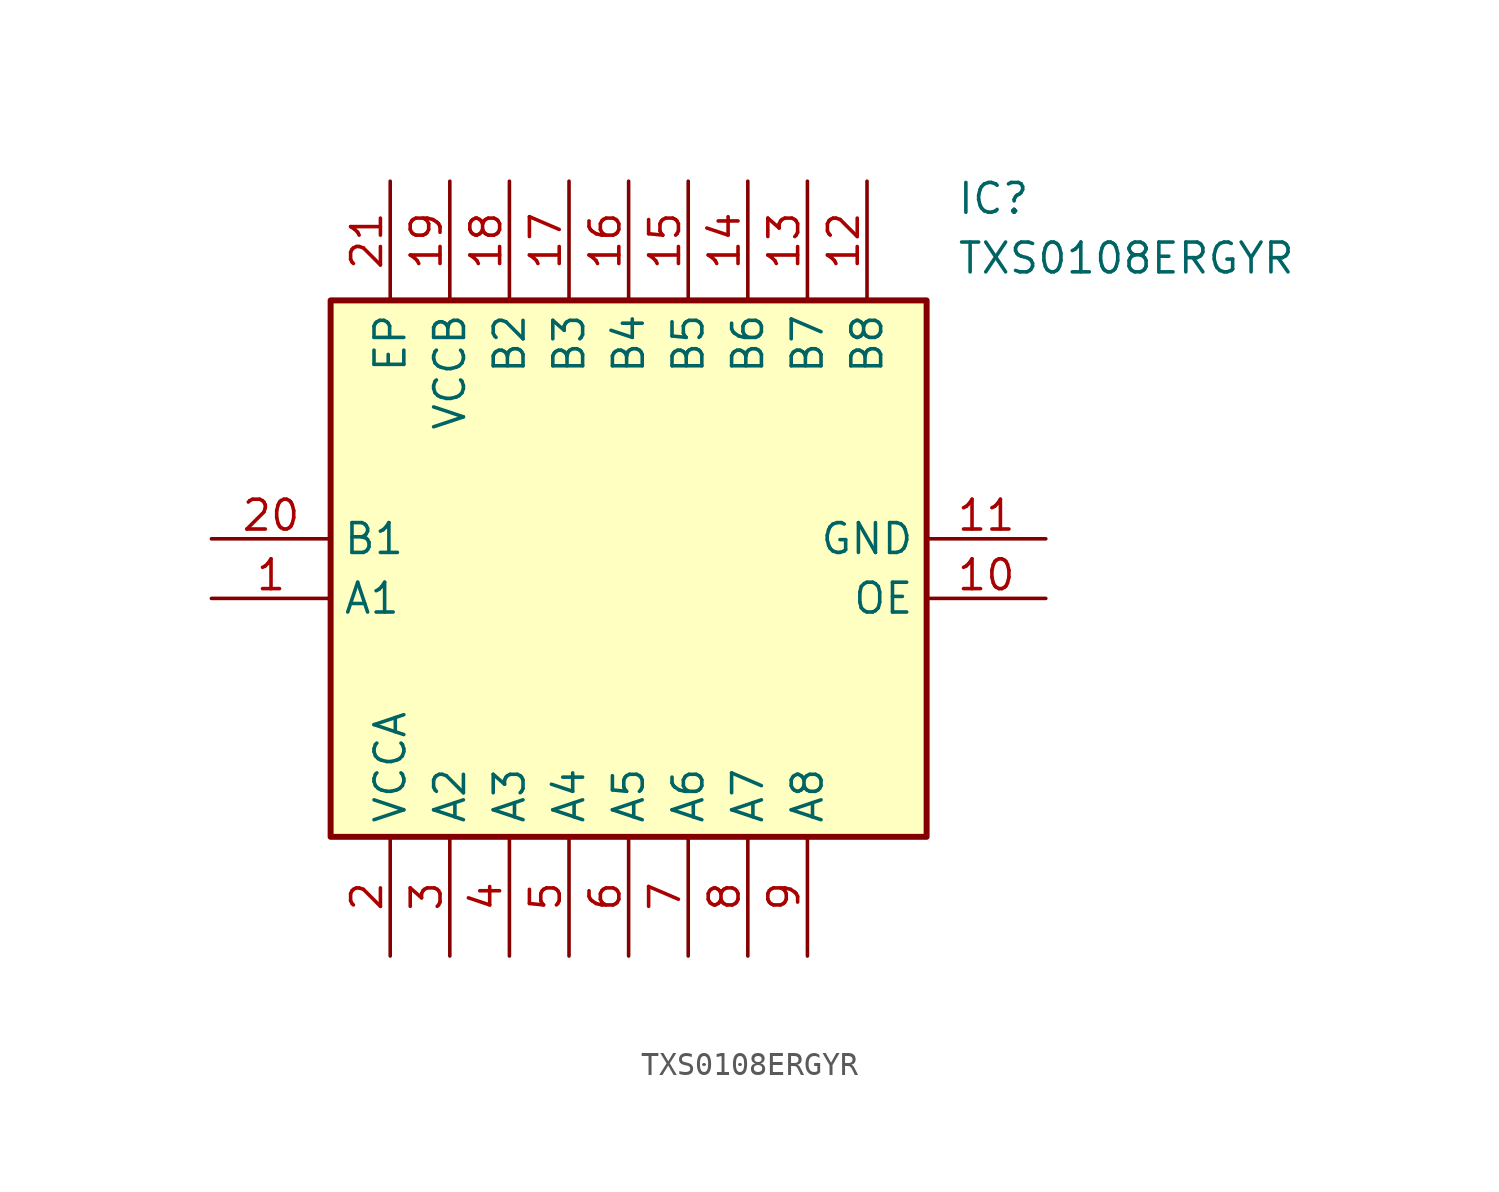
<source format=kicad_sym>
(kicad_symbol_lib
  (version 20211014)
  (generator SamacSys_ECAD_Model)
  (symbol "TXS0108ERGYR"
    (property "Reference" "IC"
      (at 31.75 15.24 0)
      (effects (font (size 1.27 1.27)) (justify left top)))
    (property "Value" "TXS0108ERGYR"
      (at 31.75 12.7 0)
      (effects (font (size 1.27 1.27)) (justify left top)))
    (rectangle
      (start 5.08 10.16)
      (end 30.48 -12.7)
      (stroke (width 0.254) (type default))
      (fill (type background)))
    (pin passive line
      (at 0 -2.54 0)
      (length 5.08)
      (name "A1" (effects (font (size 1.27 1.27))))
      (number "1" (effects (font (size 1.27 1.27)))))
    (pin passive line
      (at 7.62 -17.78 90)
      (length 5.08)
      (name "VCCA" (effects (font (size 1.27 1.27))))
      (number "2" (effects (font (size 1.27 1.27)))))
    (pin passive line
      (at 10.16 -17.78 90)
      (length 5.08)
      (name "A2" (effects (font (size 1.27 1.27))))
      (number "3" (effects (font (size 1.27 1.27)))))
    (pin passive line
      (at 12.7 -17.78 90)
      (length 5.08)
      (name "A3" (effects (font (size 1.27 1.27))))
      (number "4" (effects (font (size 1.27 1.27)))))
    (pin passive line
      (at 15.24 -17.78 90)
      (length 5.08)
      (name "A4" (effects (font (size 1.27 1.27))))
      (number "5" (effects (font (size 1.27 1.27)))))
    (pin passive line
      (at 17.78 -17.78 90)
      (length 5.08)
      (name "A5" (effects (font (size 1.27 1.27))))
      (number "6" (effects (font (size 1.27 1.27)))))
    (pin passive line
      (at 20.32 -17.78 90)
      (length 5.08)
      (name "A6" (effects (font (size 1.27 1.27))))
      (number "7" (effects (font (size 1.27 1.27)))))
    (pin passive line
      (at 22.86 -17.78 90)
      (length 5.08)
      (name "A7" (effects (font (size 1.27 1.27))))
      (number "8" (effects (font (size 1.27 1.27)))))
    (pin passive line
      (at 25.4 -17.78 90)
      (length 5.08)
      (name "A8" (effects (font (size 1.27 1.27))))
      (number "9" (effects (font (size 1.27 1.27)))))
    (pin passive line
      (at 35.56 -2.54 180)
      (length 5.08)
      (name "OE" (effects (font (size 1.27 1.27))))
      (number "10" (effects (font (size 1.27 1.27)))))
    (pin passive line
      (at 35.56 0 180)
      (length 5.08)
      (name "GND" (effects (font (size 1.27 1.27))))
      (number "11" (effects (font (size 1.27 1.27)))))
    (pin passive line
      (at 27.94 15.24 270)
      (length 5.08)
      (name "B8" (effects (font (size 1.27 1.27))))
      (number "12" (effects (font (size 1.27 1.27)))))
    (pin passive line
      (at 25.4 15.24 270)
      (length 5.08)
      (name "B7" (effects (font (size 1.27 1.27))))
      (number "13" (effects (font (size 1.27 1.27)))))
    (pin passive line
      (at 22.86 15.24 270)
      (length 5.08)
      (name "B6" (effects (font (size 1.27 1.27))))
      (number "14" (effects (font (size 1.27 1.27)))))
    (pin passive line
      (at 20.32 15.24 270)
      (length 5.08)
      (name "B5" (effects (font (size 1.27 1.27))))
      (number "15" (effects (font (size 1.27 1.27)))))
    (pin passive line
      (at 17.78 15.24 270)
      (length 5.08)
      (name "B4" (effects (font (size 1.27 1.27))))
      (number "16" (effects (font (size 1.27 1.27)))))
    (pin passive line
      (at 15.24 15.24 270)
      (length 5.08)
      (name "B3" (effects (font (size 1.27 1.27))))
      (number "17" (effects (font (size 1.27 1.27)))))
    (pin passive line
      (at 12.7 15.24 270)
      (length 5.08)
      (name "B2" (effects (font (size 1.27 1.27))))
      (number "18" (effects (font (size 1.27 1.27)))))
    (pin passive line
      (at 10.16 15.24 270)
      (length 5.08)
      (name "VCCB" (effects (font (size 1.27 1.27))))
      (number "19" (effects (font (size 1.27 1.27)))))
    (pin passive line
      (at 0 0 0)
      (length 5.08)
      (name "B1" (effects (font (size 1.27 1.27))))
      (number "20" (effects (font (size 1.27 1.27)))))
    (pin passive line
      (at 7.62 15.24 270)
      (length 5.08)
      (name "EP" (effects (font (size 1.27 1.27))))
      (number "21" (effects (font (size 1.27 1.27)))))))
</source>
